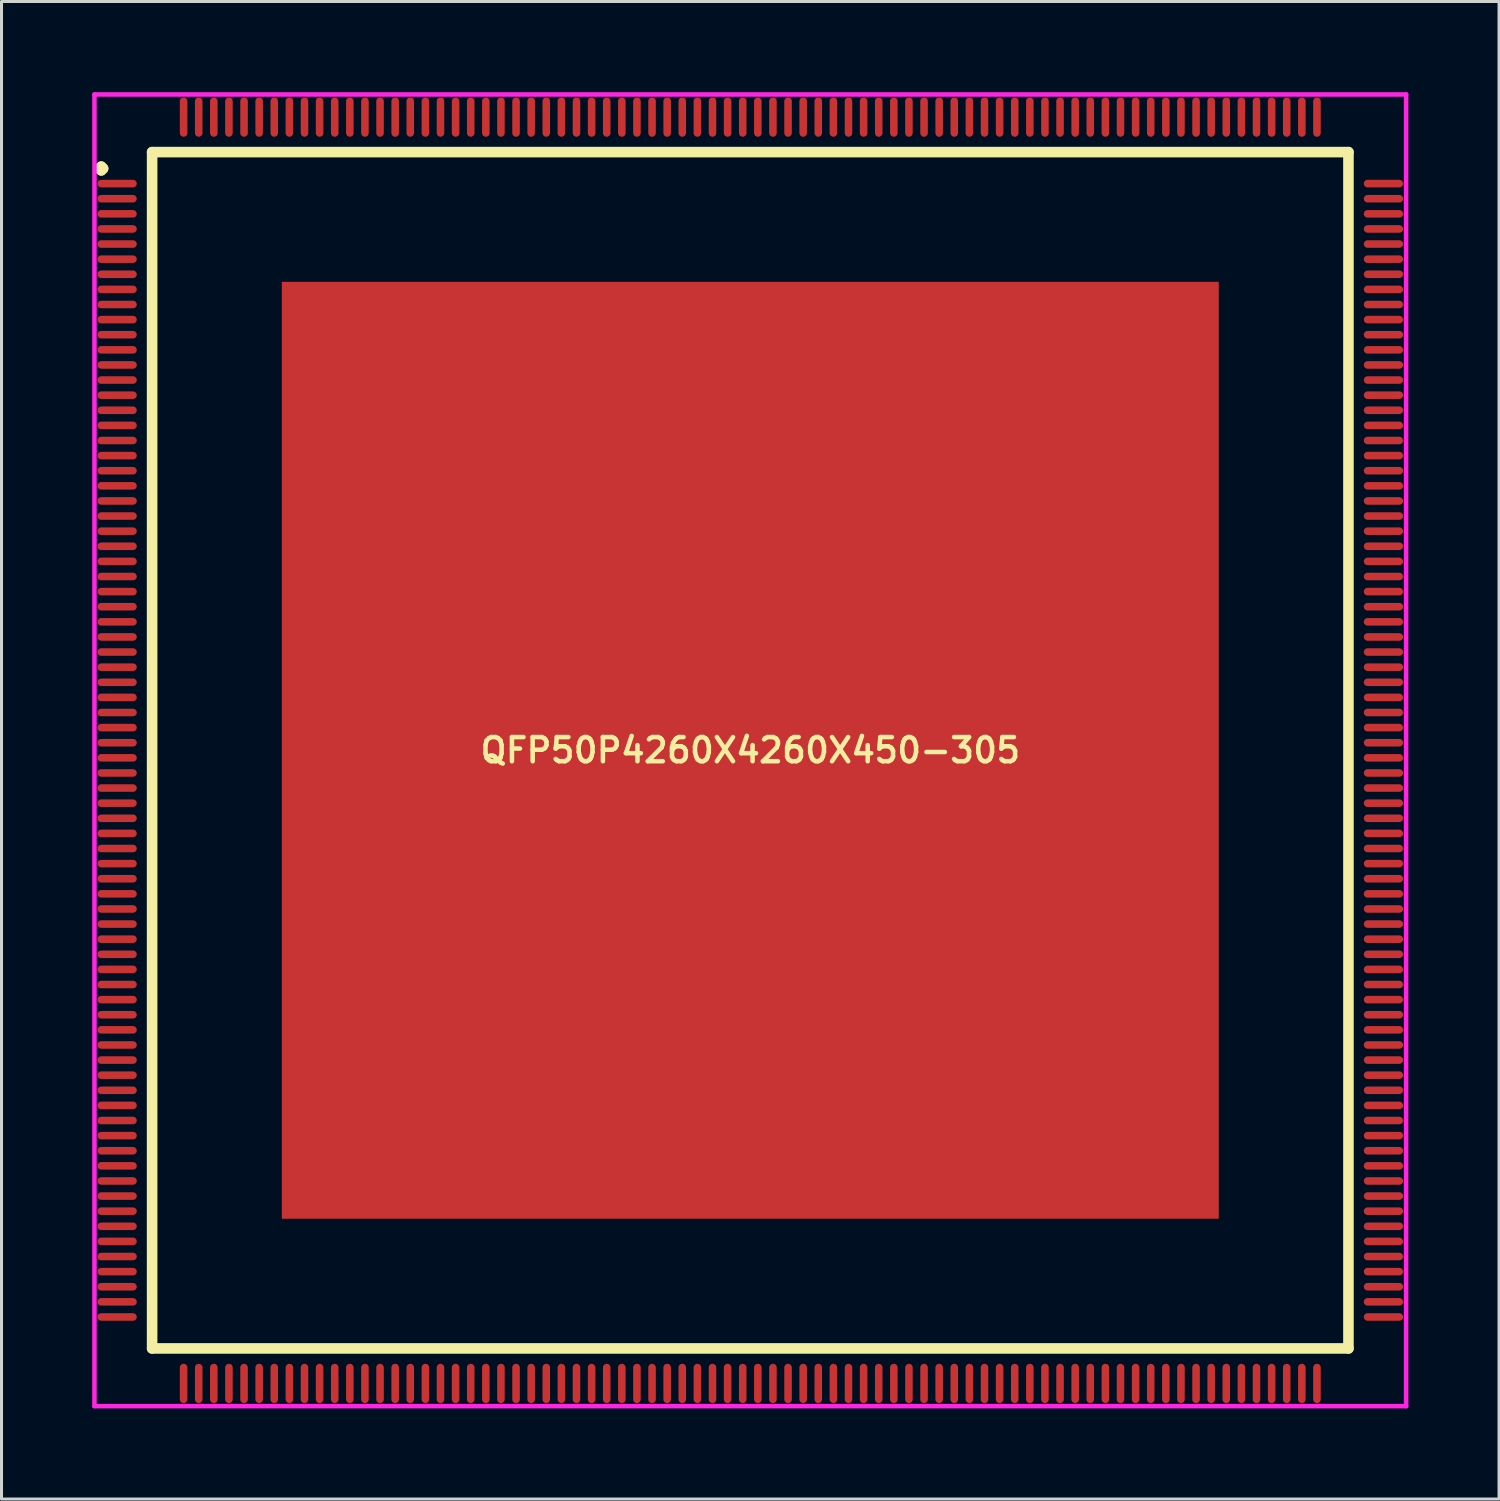
<source format=kicad_pcb>
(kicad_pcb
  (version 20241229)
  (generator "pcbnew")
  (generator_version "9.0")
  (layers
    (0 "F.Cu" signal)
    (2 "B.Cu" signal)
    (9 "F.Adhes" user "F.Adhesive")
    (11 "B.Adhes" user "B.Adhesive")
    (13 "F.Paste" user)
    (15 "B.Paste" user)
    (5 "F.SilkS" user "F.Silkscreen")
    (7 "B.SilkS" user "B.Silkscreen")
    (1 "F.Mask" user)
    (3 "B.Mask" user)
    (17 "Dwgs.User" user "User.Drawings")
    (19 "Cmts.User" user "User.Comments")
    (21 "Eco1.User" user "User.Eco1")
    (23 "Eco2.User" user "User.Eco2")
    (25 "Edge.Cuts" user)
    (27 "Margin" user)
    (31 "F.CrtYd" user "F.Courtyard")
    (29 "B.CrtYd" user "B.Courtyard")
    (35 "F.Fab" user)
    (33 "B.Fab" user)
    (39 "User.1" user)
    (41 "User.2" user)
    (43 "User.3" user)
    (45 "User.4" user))
  (footprint "QFP50P4260X4260X450-305"
    (layer "F.Cu")
    (at 21.775 21.775)
    (property "Reference" "QFP50P4260X4260X450-305" (at 0 0 0) (layer "F.SilkS") (effects (font (size 0.8 0.8) (thickness 0.15))))
    (attr smd)
    (fp_line (start -21.538 -19.25) (end -21.475 -19.312) (stroke (width 0.35) (type solid)) (layer "F.SilkS"))
    (fp_line (start -21.475 -19.312) (end -21.413 -19.25) (stroke (width 0.35) (type solid)) (layer "F.SilkS"))
    (fp_line (start -21.475 -19.188) (end -21.538 -19.25) (stroke (width 0.35) (type solid)) (layer "F.SilkS"))
    (fp_line (start -21.413 -19.25) (end -21.475 -19.188) (stroke (width 0.35) (type solid)) (layer "F.SilkS"))
    (fp_line (start -19.792 -19.792) (end -19.792 19.792) (stroke (width 0.35) (type solid)) (layer "F.SilkS"))
    (fp_line (start -19.792 19.792) (end 19.792 19.792) (stroke (width 0.35) (type solid)) (layer "F.SilkS"))
    (fp_line (start 19.792 -19.792) (end -19.792 -19.792) (stroke (width 0.35) (type solid)) (layer "F.SilkS"))
    (fp_line (start 19.792 19.792) (end 19.792 -19.792) (stroke (width 0.35) (type solid)) (layer "F.SilkS"))
    (fp_line (start -21.7 -21.7) (end 21.7 -21.7) (stroke (width 0.15) (type solid)) (layer "F.CrtYd"))
    (fp_line (start -21.7 21.7) (end -21.7 -21.7) (stroke (width 0.15) (type solid)) (layer "F.CrtYd"))
    (fp_line (start 21.7 -21.7) (end 21.7 21.7) (stroke (width 0.15) (type solid)) (layer "F.CrtYd"))
    (fp_line (start 21.7 21.7) (end -21.7 21.7) (stroke (width 0.15) (type solid)) (layer "F.CrtYd"))
    (pad "1" smd oval (at -20.95 -18.75) (size 1.3 0.25) (layers "F.Cu" "F.Mask" "F.Paste"))
    (pad "2" smd oval (at -20.95 -18.25) (size 1.3 0.25) (layers "F.Cu" "F.Mask" "F.Paste"))
    (pad "3" smd oval (at -20.95 -17.75) (size 1.3 0.25) (layers "F.Cu" "F.Mask" "F.Paste"))
    (pad "4" smd oval (at -20.95 -17.25) (size 1.3 0.25) (layers "F.Cu" "F.Mask" "F.Paste"))
    (pad "5" smd oval (at -20.95 -16.75) (size 1.3 0.25) (layers "F.Cu" "F.Mask" "F.Paste"))
    (pad "6" smd oval (at -20.95 -16.25) (size 1.3 0.25) (layers "F.Cu" "F.Mask" "F.Paste"))
    (pad "7" smd oval (at -20.95 -15.75) (size 1.3 0.25) (layers "F.Cu" "F.Mask" "F.Paste"))
    (pad "8" smd oval (at -20.95 -15.25) (size 1.3 0.25) (layers "F.Cu" "F.Mask" "F.Paste"))
    (pad "9" smd oval (at -20.95 -14.75) (size 1.3 0.25) (layers "F.Cu" "F.Mask" "F.Paste"))
    (pad "10" smd oval (at -20.95 -14.25) (size 1.3 0.25) (layers "F.Cu" "F.Mask" "F.Paste"))
    (pad "11" smd oval (at -20.95 -13.75) (size 1.3 0.25) (layers "F.Cu" "F.Mask" "F.Paste"))
    (pad "12" smd oval (at -20.95 -13.25) (size 1.3 0.25) (layers "F.Cu" "F.Mask" "F.Paste"))
    (pad "13" smd oval (at -20.95 -12.75) (size 1.3 0.25) (layers "F.Cu" "F.Mask" "F.Paste"))
    (pad "14" smd oval (at -20.95 -12.25) (size 1.3 0.25) (layers "F.Cu" "F.Mask" "F.Paste"))
    (pad "15" smd oval (at -20.95 -11.75) (size 1.3 0.25) (layers "F.Cu" "F.Mask" "F.Paste"))
    (pad "16" smd oval (at -20.95 -11.25) (size 1.3 0.25) (layers "F.Cu" "F.Mask" "F.Paste"))
    (pad "17" smd oval (at -20.95 -10.75) (size 1.3 0.25) (layers "F.Cu" "F.Mask" "F.Paste"))
    (pad "18" smd oval (at -20.95 -10.25) (size 1.3 0.25) (layers "F.Cu" "F.Mask" "F.Paste"))
    (pad "19" smd oval (at -20.95 -9.75) (size 1.3 0.25) (layers "F.Cu" "F.Mask" "F.Paste"))
    (pad "20" smd oval (at -20.95 -9.25) (size 1.3 0.25) (layers "F.Cu" "F.Mask" "F.Paste"))
    (pad "21" smd oval (at -20.95 -8.75) (size 1.3 0.25) (layers "F.Cu" "F.Mask" "F.Paste"))
    (pad "22" smd oval (at -20.95 -8.25) (size 1.3 0.25) (layers "F.Cu" "F.Mask" "F.Paste"))
    (pad "23" smd oval (at -20.95 -7.75) (size 1.3 0.25) (layers "F.Cu" "F.Mask" "F.Paste"))
    (pad "24" smd oval (at -20.95 -7.25) (size 1.3 0.25) (layers "F.Cu" "F.Mask" "F.Paste"))
    (pad "25" smd oval (at -20.95 -6.75) (size 1.3 0.25) (layers "F.Cu" "F.Mask" "F.Paste"))
    (pad "26" smd oval (at -20.95 -6.25) (size 1.3 0.25) (layers "F.Cu" "F.Mask" "F.Paste"))
    (pad "27" smd oval (at -20.95 -5.75) (size 1.3 0.25) (layers "F.Cu" "F.Mask" "F.Paste"))
    (pad "28" smd oval (at -20.95 -5.25) (size 1.3 0.25) (layers "F.Cu" "F.Mask" "F.Paste"))
    (pad "29" smd oval (at -20.95 -4.75) (size 1.3 0.25) (layers "F.Cu" "F.Mask" "F.Paste"))
    (pad "30" smd oval (at -20.95 -4.25) (size 1.3 0.25) (layers "F.Cu" "F.Mask" "F.Paste"))
    (pad "31" smd oval (at -20.95 -3.75) (size 1.3 0.25) (layers "F.Cu" "F.Mask" "F.Paste"))
    (pad "32" smd oval (at -20.95 -3.25) (size 1.3 0.25) (layers "F.Cu" "F.Mask" "F.Paste"))
    (pad "33" smd oval (at -20.95 -2.75) (size 1.3 0.25) (layers "F.Cu" "F.Mask" "F.Paste"))
    (pad "34" smd oval (at -20.95 -2.25) (size 1.3 0.25) (layers "F.Cu" "F.Mask" "F.Paste"))
    (pad "35" smd oval (at -20.95 -1.75) (size 1.3 0.25) (layers "F.Cu" "F.Mask" "F.Paste"))
    (pad "36" smd oval (at -20.95 -1.25) (size 1.3 0.25) (layers "F.Cu" "F.Mask" "F.Paste"))
    (pad "37" smd oval (at -20.95 -0.75) (size 1.3 0.25) (layers "F.Cu" "F.Mask" "F.Paste"))
    (pad "38" smd oval (at -20.95 -0.25) (size 1.3 0.25) (layers "F.Cu" "F.Mask" "F.Paste"))
    (pad "39" smd oval (at -20.95 0.25) (size 1.3 0.25) (layers "F.Cu" "F.Mask" "F.Paste"))
    (pad "40" smd oval (at -20.95 0.75) (size 1.3 0.25) (layers "F.Cu" "F.Mask" "F.Paste"))
    (pad "41" smd oval (at -20.95 1.25) (size 1.3 0.25) (layers "F.Cu" "F.Mask" "F.Paste"))
    (pad "42" smd oval (at -20.95 1.75) (size 1.3 0.25) (layers "F.Cu" "F.Mask" "F.Paste"))
    (pad "43" smd oval (at -20.95 2.25) (size 1.3 0.25) (layers "F.Cu" "F.Mask" "F.Paste"))
    (pad "44" smd oval (at -20.95 2.75) (size 1.3 0.25) (layers "F.Cu" "F.Mask" "F.Paste"))
    (pad "45" smd oval (at -20.95 3.25) (size 1.3 0.25) (layers "F.Cu" "F.Mask" "F.Paste"))
    (pad "46" smd oval (at -20.95 3.75) (size 1.3 0.25) (layers "F.Cu" "F.Mask" "F.Paste"))
    (pad "47" smd oval (at -20.95 4.25) (size 1.3 0.25) (layers "F.Cu" "F.Mask" "F.Paste"))
    (pad "48" smd oval (at -20.95 4.75) (size 1.3 0.25) (layers "F.Cu" "F.Mask" "F.Paste"))
    (pad "49" smd oval (at -20.95 5.25) (size 1.3 0.25) (layers "F.Cu" "F.Mask" "F.Paste"))
    (pad "50" smd oval (at -20.95 5.75) (size 1.3 0.25) (layers "F.Cu" "F.Mask" "F.Paste"))
    (pad "51" smd oval (at -20.95 6.25) (size 1.3 0.25) (layers "F.Cu" "F.Mask" "F.Paste"))
    (pad "52" smd oval (at -20.95 6.75) (size 1.3 0.25) (layers "F.Cu" "F.Mask" "F.Paste"))
    (pad "53" smd oval (at -20.95 7.25) (size 1.3 0.25) (layers "F.Cu" "F.Mask" "F.Paste"))
    (pad "54" smd oval (at -20.95 7.75) (size 1.3 0.25) (layers "F.Cu" "F.Mask" "F.Paste"))
    (pad "55" smd oval (at -20.95 8.25) (size 1.3 0.25) (layers "F.Cu" "F.Mask" "F.Paste"))
    (pad "56" smd oval (at -20.95 8.75) (size 1.3 0.25) (layers "F.Cu" "F.Mask" "F.Paste"))
    (pad "57" smd oval (at -20.95 9.25) (size 1.3 0.25) (layers "F.Cu" "F.Mask" "F.Paste"))
    (pad "58" smd oval (at -20.95 9.75) (size 1.3 0.25) (layers "F.Cu" "F.Mask" "F.Paste"))
    (pad "59" smd oval (at -20.95 10.25) (size 1.3 0.25) (layers "F.Cu" "F.Mask" "F.Paste"))
    (pad "60" smd oval (at -20.95 10.75) (size 1.3 0.25) (layers "F.Cu" "F.Mask" "F.Paste"))
    (pad "61" smd oval (at -20.95 11.25) (size 1.3 0.25) (layers "F.Cu" "F.Mask" "F.Paste"))
    (pad "62" smd oval (at -20.95 11.75) (size 1.3 0.25) (layers "F.Cu" "F.Mask" "F.Paste"))
    (pad "63" smd oval (at -20.95 12.25) (size 1.3 0.25) (layers "F.Cu" "F.Mask" "F.Paste"))
    (pad "64" smd oval (at -20.95 12.75) (size 1.3 0.25) (layers "F.Cu" "F.Mask" "F.Paste"))
    (pad "65" smd oval (at -20.95 13.25) (size 1.3 0.25) (layers "F.Cu" "F.Mask" "F.Paste"))
    (pad "66" smd oval (at -20.95 13.75) (size 1.3 0.25) (layers "F.Cu" "F.Mask" "F.Paste"))
    (pad "67" smd oval (at -20.95 14.25) (size 1.3 0.25) (layers "F.Cu" "F.Mask" "F.Paste"))
    (pad "68" smd oval (at -20.95 14.75) (size 1.3 0.25) (layers "F.Cu" "F.Mask" "F.Paste"))
    (pad "69" smd oval (at -20.95 15.25) (size 1.3 0.25) (layers "F.Cu" "F.Mask" "F.Paste"))
    (pad "70" smd oval (at -20.95 15.75) (size 1.3 0.25) (layers "F.Cu" "F.Mask" "F.Paste"))
    (pad "71" smd oval (at -20.95 16.25) (size 1.3 0.25) (layers "F.Cu" "F.Mask" "F.Paste"))
    (pad "72" smd oval (at -20.95 16.75) (size 1.3 0.25) (layers "F.Cu" "F.Mask" "F.Paste"))
    (pad "73" smd oval (at -20.95 17.25) (size 1.3 0.25) (layers "F.Cu" "F.Mask" "F.Paste"))
    (pad "74" smd oval (at -20.95 17.75) (size 1.3 0.25) (layers "F.Cu" "F.Mask" "F.Paste"))
    (pad "75" smd oval (at -20.95 18.25) (size 1.3 0.25) (layers "F.Cu" "F.Mask" "F.Paste"))
    (pad "76" smd oval (at -20.95 18.75) (size 1.3 0.25) (layers "F.Cu" "F.Mask" "F.Paste"))
    (pad "77" smd oval (at -18.75 20.95) (size 0.25 1.3) (layers "F.Cu" "F.Mask" "F.Paste"))
    (pad "78" smd oval (at -18.25 20.95) (size 0.25 1.3) (layers "F.Cu" "F.Mask" "F.Paste"))
    (pad "79" smd oval (at -17.75 20.95) (size 0.25 1.3) (layers "F.Cu" "F.Mask" "F.Paste"))
    (pad "80" smd oval (at -17.25 20.95) (size 0.25 1.3) (layers "F.Cu" "F.Mask" "F.Paste"))
    (pad "81" smd oval (at -16.75 20.95) (size 0.25 1.3) (layers "F.Cu" "F.Mask" "F.Paste"))
    (pad "82" smd oval (at -16.25 20.95) (size 0.25 1.3) (layers "F.Cu" "F.Mask" "F.Paste"))
    (pad "83" smd oval (at -15.75 20.95) (size 0.25 1.3) (layers "F.Cu" "F.Mask" "F.Paste"))
    (pad "84" smd oval (at -15.25 20.95) (size 0.25 1.3) (layers "F.Cu" "F.Mask" "F.Paste"))
    (pad "85" smd oval (at -14.75 20.95) (size 0.25 1.3) (layers "F.Cu" "F.Mask" "F.Paste"))
    (pad "86" smd oval (at -14.25 20.95) (size 0.25 1.3) (layers "F.Cu" "F.Mask" "F.Paste"))
    (pad "87" smd oval (at -13.75 20.95) (size 0.25 1.3) (layers "F.Cu" "F.Mask" "F.Paste"))
    (pad "88" smd oval (at -13.25 20.95) (size 0.25 1.3) (layers "F.Cu" "F.Mask" "F.Paste"))
    (pad "89" smd oval (at -12.75 20.95) (size 0.25 1.3) (layers "F.Cu" "F.Mask" "F.Paste"))
    (pad "90" smd oval (at -12.25 20.95) (size 0.25 1.3) (layers "F.Cu" "F.Mask" "F.Paste"))
    (pad "91" smd oval (at -11.75 20.95) (size 0.25 1.3) (layers "F.Cu" "F.Mask" "F.Paste"))
    (pad "92" smd oval (at -11.25 20.95) (size 0.25 1.3) (layers "F.Cu" "F.Mask" "F.Paste"))
    (pad "93" smd oval (at -10.75 20.95) (size 0.25 1.3) (layers "F.Cu" "F.Mask" "F.Paste"))
    (pad "94" smd oval (at -10.25 20.95) (size 0.25 1.3) (layers "F.Cu" "F.Mask" "F.Paste"))
    (pad "95" smd oval (at -9.75 20.95) (size 0.25 1.3) (layers "F.Cu" "F.Mask" "F.Paste"))
    (pad "96" smd oval (at -9.25 20.95) (size 0.25 1.3) (layers "F.Cu" "F.Mask" "F.Paste"))
    (pad "97" smd oval (at -8.75 20.95) (size 0.25 1.3) (layers "F.Cu" "F.Mask" "F.Paste"))
    (pad "98" smd oval (at -8.25 20.95) (size 0.25 1.3) (layers "F.Cu" "F.Mask" "F.Paste"))
    (pad "99" smd oval (at -7.75 20.95) (size 0.25 1.3) (layers "F.Cu" "F.Mask" "F.Paste"))
    (pad "100" smd oval (at -7.25 20.95) (size 0.25 1.3) (layers "F.Cu" "F.Mask" "F.Paste"))
    (pad "101" smd oval (at -6.75 20.95) (size 0.25 1.3) (layers "F.Cu" "F.Mask" "F.Paste"))
    (pad "102" smd oval (at -6.25 20.95) (size 0.25 1.3) (layers "F.Cu" "F.Mask" "F.Paste"))
    (pad "103" smd oval (at -5.75 20.95) (size 0.25 1.3) (layers "F.Cu" "F.Mask" "F.Paste"))
    (pad "104" smd oval (at -5.25 20.95) (size 0.25 1.3) (layers "F.Cu" "F.Mask" "F.Paste"))
    (pad "105" smd oval (at -4.75 20.95) (size 0.25 1.3) (layers "F.Cu" "F.Mask" "F.Paste"))
    (pad "106" smd oval (at -4.25 20.95) (size 0.25 1.3) (layers "F.Cu" "F.Mask" "F.Paste"))
    (pad "107" smd oval (at -3.75 20.95) (size 0.25 1.3) (layers "F.Cu" "F.Mask" "F.Paste"))
    (pad "108" smd oval (at -3.25 20.95) (size 0.25 1.3) (layers "F.Cu" "F.Mask" "F.Paste"))
    (pad "109" smd oval (at -2.75 20.95) (size 0.25 1.3) (layers "F.Cu" "F.Mask" "F.Paste"))
    (pad "110" smd oval (at -2.25 20.95) (size 0.25 1.3) (layers "F.Cu" "F.Mask" "F.Paste"))
    (pad "111" smd oval (at -1.75 20.95) (size 0.25 1.3) (layers "F.Cu" "F.Mask" "F.Paste"))
    (pad "112" smd oval (at -1.25 20.95) (size 0.25 1.3) (layers "F.Cu" "F.Mask" "F.Paste"))
    (pad "113" smd oval (at -0.75 20.95) (size 0.25 1.3) (layers "F.Cu" "F.Mask" "F.Paste"))
    (pad "114" smd oval (at -0.25 20.95) (size 0.25 1.3) (layers "F.Cu" "F.Mask" "F.Paste"))
    (pad "115" smd oval (at 0.25 20.95) (size 0.25 1.3) (layers "F.Cu" "F.Mask" "F.Paste"))
    (pad "116" smd oval (at 0.75 20.95) (size 0.25 1.3) (layers "F.Cu" "F.Mask" "F.Paste"))
    (pad "117" smd oval (at 1.25 20.95) (size 0.25 1.3) (layers "F.Cu" "F.Mask" "F.Paste"))
    (pad "118" smd oval (at 1.75 20.95) (size 0.25 1.3) (layers "F.Cu" "F.Mask" "F.Paste"))
    (pad "119" smd oval (at 2.25 20.95) (size 0.25 1.3) (layers "F.Cu" "F.Mask" "F.Paste"))
    (pad "120" smd oval (at 2.75 20.95) (size 0.25 1.3) (layers "F.Cu" "F.Mask" "F.Paste"))
    (pad "121" smd oval (at 3.25 20.95) (size 0.25 1.3) (layers "F.Cu" "F.Mask" "F.Paste"))
    (pad "122" smd oval (at 3.75 20.95) (size 0.25 1.3) (layers "F.Cu" "F.Mask" "F.Paste"))
    (pad "123" smd oval (at 4.25 20.95) (size 0.25 1.3) (layers "F.Cu" "F.Mask" "F.Paste"))
    (pad "124" smd oval (at 4.75 20.95) (size 0.25 1.3) (layers "F.Cu" "F.Mask" "F.Paste"))
    (pad "125" smd oval (at 5.25 20.95) (size 0.25 1.3) (layers "F.Cu" "F.Mask" "F.Paste"))
    (pad "126" smd oval (at 5.75 20.95) (size 0.25 1.3) (layers "F.Cu" "F.Mask" "F.Paste"))
    (pad "127" smd oval (at 6.25 20.95) (size 0.25 1.3) (layers "F.Cu" "F.Mask" "F.Paste"))
    (pad "128" smd oval (at 6.75 20.95) (size 0.25 1.3) (layers "F.Cu" "F.Mask" "F.Paste"))
    (pad "129" smd oval (at 7.25 20.95) (size 0.25 1.3) (layers "F.Cu" "F.Mask" "F.Paste"))
    (pad "130" smd oval (at 7.75 20.95) (size 0.25 1.3) (layers "F.Cu" "F.Mask" "F.Paste"))
    (pad "131" smd oval (at 8.25 20.95) (size 0.25 1.3) (layers "F.Cu" "F.Mask" "F.Paste"))
    (pad "132" smd oval (at 8.75 20.95) (size 0.25 1.3) (layers "F.Cu" "F.Mask" "F.Paste"))
    (pad "133" smd oval (at 9.25 20.95) (size 0.25 1.3) (layers "F.Cu" "F.Mask" "F.Paste"))
    (pad "134" smd oval (at 9.75 20.95) (size 0.25 1.3) (layers "F.Cu" "F.Mask" "F.Paste"))
    (pad "135" smd oval (at 10.25 20.95) (size 0.25 1.3) (layers "F.Cu" "F.Mask" "F.Paste"))
    (pad "136" smd oval (at 10.75 20.95) (size 0.25 1.3) (layers "F.Cu" "F.Mask" "F.Paste"))
    (pad "137" smd oval (at 11.25 20.95) (size 0.25 1.3) (layers "F.Cu" "F.Mask" "F.Paste"))
    (pad "138" smd oval (at 11.75 20.95) (size 0.25 1.3) (layers "F.Cu" "F.Mask" "F.Paste"))
    (pad "139" smd oval (at 12.25 20.95) (size 0.25 1.3) (layers "F.Cu" "F.Mask" "F.Paste"))
    (pad "140" smd oval (at 12.75 20.95) (size 0.25 1.3) (layers "F.Cu" "F.Mask" "F.Paste"))
    (pad "141" smd oval (at 13.25 20.95) (size 0.25 1.3) (layers "F.Cu" "F.Mask" "F.Paste"))
    (pad "142" smd oval (at 13.75 20.95) (size 0.25 1.3) (layers "F.Cu" "F.Mask" "F.Paste"))
    (pad "143" smd oval (at 14.25 20.95) (size 0.25 1.3) (layers "F.Cu" "F.Mask" "F.Paste"))
    (pad "144" smd oval (at 14.75 20.95) (size 0.25 1.3) (layers "F.Cu" "F.Mask" "F.Paste"))
    (pad "145" smd oval (at 15.25 20.95) (size 0.25 1.3) (layers "F.Cu" "F.Mask" "F.Paste"))
    (pad "146" smd oval (at 15.75 20.95) (size 0.25 1.3) (layers "F.Cu" "F.Mask" "F.Paste"))
    (pad "147" smd oval (at 16.25 20.95) (size 0.25 1.3) (layers "F.Cu" "F.Mask" "F.Paste"))
    (pad "148" smd oval (at 16.75 20.95) (size 0.25 1.3) (layers "F.Cu" "F.Mask" "F.Paste"))
    (pad "149" smd oval (at 17.25 20.95) (size 0.25 1.3) (layers "F.Cu" "F.Mask" "F.Paste"))
    (pad "150" smd oval (at 17.75 20.95) (size 0.25 1.3) (layers "F.Cu" "F.Mask" "F.Paste"))
    (pad "151" smd oval (at 18.25 20.95) (size 0.25 1.3) (layers "F.Cu" "F.Mask" "F.Paste"))
    (pad "152" smd oval (at 18.75 20.95) (size 0.25 1.3) (layers "F.Cu" "F.Mask" "F.Paste"))
    (pad "153" smd oval (at 20.95 18.75) (size 1.3 0.25) (layers "F.Cu" "F.Mask" "F.Paste"))
    (pad "154" smd oval (at 20.95 18.25) (size 1.3 0.25) (layers "F.Cu" "F.Mask" "F.Paste"))
    (pad "155" smd oval (at 20.95 17.75) (size 1.3 0.25) (layers "F.Cu" "F.Mask" "F.Paste"))
    (pad "156" smd oval (at 20.95 17.25) (size 1.3 0.25) (layers "F.Cu" "F.Mask" "F.Paste"))
    (pad "157" smd oval (at 20.95 16.75) (size 1.3 0.25) (layers "F.Cu" "F.Mask" "F.Paste"))
    (pad "158" smd oval (at 20.95 16.25) (size 1.3 0.25) (layers "F.Cu" "F.Mask" "F.Paste"))
    (pad "159" smd oval (at 20.95 15.75) (size 1.3 0.25) (layers "F.Cu" "F.Mask" "F.Paste"))
    (pad "160" smd oval (at 20.95 15.25) (size 1.3 0.25) (layers "F.Cu" "F.Mask" "F.Paste"))
    (pad "161" smd oval (at 20.95 14.75) (size 1.3 0.25) (layers "F.Cu" "F.Mask" "F.Paste"))
    (pad "162" smd oval (at 20.95 14.25) (size 1.3 0.25) (layers "F.Cu" "F.Mask" "F.Paste"))
    (pad "163" smd oval (at 20.95 13.75) (size 1.3 0.25) (layers "F.Cu" "F.Mask" "F.Paste"))
    (pad "164" smd oval (at 20.95 13.25) (size 1.3 0.25) (layers "F.Cu" "F.Mask" "F.Paste"))
    (pad "165" smd oval (at 20.95 12.75) (size 1.3 0.25) (layers "F.Cu" "F.Mask" "F.Paste"))
    (pad "166" smd oval (at 20.95 12.25) (size 1.3 0.25) (layers "F.Cu" "F.Mask" "F.Paste"))
    (pad "167" smd oval (at 20.95 11.75) (size 1.3 0.25) (layers "F.Cu" "F.Mask" "F.Paste"))
    (pad "168" smd oval (at 20.95 11.25) (size 1.3 0.25) (layers "F.Cu" "F.Mask" "F.Paste"))
    (pad "169" smd oval (at 20.95 10.75) (size 1.3 0.25) (layers "F.Cu" "F.Mask" "F.Paste"))
    (pad "170" smd oval (at 20.95 10.25) (size 1.3 0.25) (layers "F.Cu" "F.Mask" "F.Paste"))
    (pad "171" smd oval (at 20.95 9.75) (size 1.3 0.25) (layers "F.Cu" "F.Mask" "F.Paste"))
    (pad "172" smd oval (at 20.95 9.25) (size 1.3 0.25) (layers "F.Cu" "F.Mask" "F.Paste"))
    (pad "173" smd oval (at 20.95 8.75) (size 1.3 0.25) (layers "F.Cu" "F.Mask" "F.Paste"))
    (pad "174" smd oval (at 20.95 8.25) (size 1.3 0.25) (layers "F.Cu" "F.Mask" "F.Paste"))
    (pad "175" smd oval (at 20.95 7.75) (size 1.3 0.25) (layers "F.Cu" "F.Mask" "F.Paste"))
    (pad "176" smd oval (at 20.95 7.25) (size 1.3 0.25) (layers "F.Cu" "F.Mask" "F.Paste"))
    (pad "177" smd oval (at 20.95 6.75) (size 1.3 0.25) (layers "F.Cu" "F.Mask" "F.Paste"))
    (pad "178" smd oval (at 20.95 6.25) (size 1.3 0.25) (layers "F.Cu" "F.Mask" "F.Paste"))
    (pad "179" smd oval (at 20.95 5.75) (size 1.3 0.25) (layers "F.Cu" "F.Mask" "F.Paste"))
    (pad "180" smd oval (at 20.95 5.25) (size 1.3 0.25) (layers "F.Cu" "F.Mask" "F.Paste"))
    (pad "181" smd oval (at 20.95 4.75) (size 1.3 0.25) (layers "F.Cu" "F.Mask" "F.Paste"))
    (pad "182" smd oval (at 20.95 4.25) (size 1.3 0.25) (layers "F.Cu" "F.Mask" "F.Paste"))
    (pad "183" smd oval (at 20.95 3.75) (size 1.3 0.25) (layers "F.Cu" "F.Mask" "F.Paste"))
    (pad "184" smd oval (at 20.95 3.25) (size 1.3 0.25) (layers "F.Cu" "F.Mask" "F.Paste"))
    (pad "185" smd oval (at 20.95 2.75) (size 1.3 0.25) (layers "F.Cu" "F.Mask" "F.Paste"))
    (pad "186" smd oval (at 20.95 2.25) (size 1.3 0.25) (layers "F.Cu" "F.Mask" "F.Paste"))
    (pad "187" smd oval (at 20.95 1.75) (size 1.3 0.25) (layers "F.Cu" "F.Mask" "F.Paste"))
    (pad "188" smd oval (at 20.95 1.25) (size 1.3 0.25) (layers "F.Cu" "F.Mask" "F.Paste"))
    (pad "189" smd oval (at 20.95 0.75) (size 1.3 0.25) (layers "F.Cu" "F.Mask" "F.Paste"))
    (pad "190" smd oval (at 20.95 0.25) (size 1.3 0.25) (layers "F.Cu" "F.Mask" "F.Paste"))
    (pad "191" smd oval (at 20.95 -0.25) (size 1.3 0.25) (layers "F.Cu" "F.Mask" "F.Paste"))
    (pad "192" smd oval (at 20.95 -0.75) (size 1.3 0.25) (layers "F.Cu" "F.Mask" "F.Paste"))
    (pad "193" smd oval (at 20.95 -1.25) (size 1.3 0.25) (layers "F.Cu" "F.Mask" "F.Paste"))
    (pad "194" smd oval (at 20.95 -1.75) (size 1.3 0.25) (layers "F.Cu" "F.Mask" "F.Paste"))
    (pad "195" smd oval (at 20.95 -2.25) (size 1.3 0.25) (layers "F.Cu" "F.Mask" "F.Paste"))
    (pad "196" smd oval (at 20.95 -2.75) (size 1.3 0.25) (layers "F.Cu" "F.Mask" "F.Paste"))
    (pad "197" smd oval (at 20.95 -3.25) (size 1.3 0.25) (layers "F.Cu" "F.Mask" "F.Paste"))
    (pad "198" smd oval (at 20.95 -3.75) (size 1.3 0.25) (layers "F.Cu" "F.Mask" "F.Paste"))
    (pad "199" smd oval (at 20.95 -4.25) (size 1.3 0.25) (layers "F.Cu" "F.Mask" "F.Paste"))
    (pad "200" smd oval (at 20.95 -4.75) (size 1.3 0.25) (layers "F.Cu" "F.Mask" "F.Paste"))
    (pad "201" smd oval (at 20.95 -5.25) (size 1.3 0.25) (layers "F.Cu" "F.Mask" "F.Paste"))
    (pad "202" smd oval (at 20.95 -5.75) (size 1.3 0.25) (layers "F.Cu" "F.Mask" "F.Paste"))
    (pad "203" smd oval (at 20.95 -6.25) (size 1.3 0.25) (layers "F.Cu" "F.Mask" "F.Paste"))
    (pad "204" smd oval (at 20.95 -6.75) (size 1.3 0.25) (layers "F.Cu" "F.Mask" "F.Paste"))
    (pad "205" smd oval (at 20.95 -7.25) (size 1.3 0.25) (layers "F.Cu" "F.Mask" "F.Paste"))
    (pad "206" smd oval (at 20.95 -7.75) (size 1.3 0.25) (layers "F.Cu" "F.Mask" "F.Paste"))
    (pad "207" smd oval (at 20.95 -8.25) (size 1.3 0.25) (layers "F.Cu" "F.Mask" "F.Paste"))
    (pad "208" smd oval (at 20.95 -8.75) (size 1.3 0.25) (layers "F.Cu" "F.Mask" "F.Paste"))
    (pad "209" smd oval (at 20.95 -9.25) (size 1.3 0.25) (layers "F.Cu" "F.Mask" "F.Paste"))
    (pad "210" smd oval (at 20.95 -9.75) (size 1.3 0.25) (layers "F.Cu" "F.Mask" "F.Paste"))
    (pad "211" smd oval (at 20.95 -10.25) (size 1.3 0.25) (layers "F.Cu" "F.Mask" "F.Paste"))
    (pad "212" smd oval (at 20.95 -10.75) (size 1.3 0.25) (layers "F.Cu" "F.Mask" "F.Paste"))
    (pad "213" smd oval (at 20.95 -11.25) (size 1.3 0.25) (layers "F.Cu" "F.Mask" "F.Paste"))
    (pad "214" smd oval (at 20.95 -11.75) (size 1.3 0.25) (layers "F.Cu" "F.Mask" "F.Paste"))
    (pad "215" smd oval (at 20.95 -12.25) (size 1.3 0.25) (layers "F.Cu" "F.Mask" "F.Paste"))
    (pad "216" smd oval (at 20.95 -12.75) (size 1.3 0.25) (layers "F.Cu" "F.Mask" "F.Paste"))
    (pad "217" smd oval (at 20.95 -13.25) (size 1.3 0.25) (layers "F.Cu" "F.Mask" "F.Paste"))
    (pad "218" smd oval (at 20.95 -13.75) (size 1.3 0.25) (layers "F.Cu" "F.Mask" "F.Paste"))
    (pad "219" smd oval (at 20.95 -14.25) (size 1.3 0.25) (layers "F.Cu" "F.Mask" "F.Paste"))
    (pad "220" smd oval (at 20.95 -14.75) (size 1.3 0.25) (layers "F.Cu" "F.Mask" "F.Paste"))
    (pad "221" smd oval (at 20.95 -15.25) (size 1.3 0.25) (layers "F.Cu" "F.Mask" "F.Paste"))
    (pad "222" smd oval (at 20.95 -15.75) (size 1.3 0.25) (layers "F.Cu" "F.Mask" "F.Paste"))
    (pad "223" smd oval (at 20.95 -16.25) (size 1.3 0.25) (layers "F.Cu" "F.Mask" "F.Paste"))
    (pad "224" smd oval (at 20.95 -16.75) (size 1.3 0.25) (layers "F.Cu" "F.Mask" "F.Paste"))
    (pad "225" smd oval (at 20.95 -17.25) (size 1.3 0.25) (layers "F.Cu" "F.Mask" "F.Paste"))
    (pad "226" smd oval (at 20.95 -17.75) (size 1.3 0.25) (layers "F.Cu" "F.Mask" "F.Paste"))
    (pad "227" smd oval (at 20.95 -18.25) (size 1.3 0.25) (layers "F.Cu" "F.Mask" "F.Paste"))
    (pad "228" smd oval (at 20.95 -18.75) (size 1.3 0.25) (layers "F.Cu" "F.Mask" "F.Paste"))
    (pad "229" smd oval (at 18.75 -20.95) (size 0.25 1.3) (layers "F.Cu" "F.Mask" "F.Paste"))
    (pad "230" smd oval (at 18.25 -20.95) (size 0.25 1.3) (layers "F.Cu" "F.Mask" "F.Paste"))
    (pad "231" smd oval (at 17.75 -20.95) (size 0.25 1.3) (layers "F.Cu" "F.Mask" "F.Paste"))
    (pad "232" smd oval (at 17.25 -20.95) (size 0.25 1.3) (layers "F.Cu" "F.Mask" "F.Paste"))
    (pad "233" smd oval (at 16.75 -20.95) (size 0.25 1.3) (layers "F.Cu" "F.Mask" "F.Paste"))
    (pad "234" smd oval (at 16.25 -20.95) (size 0.25 1.3) (layers "F.Cu" "F.Mask" "F.Paste"))
    (pad "235" smd oval (at 15.75 -20.95) (size 0.25 1.3) (layers "F.Cu" "F.Mask" "F.Paste"))
    (pad "236" smd oval (at 15.25 -20.95) (size 0.25 1.3) (layers "F.Cu" "F.Mask" "F.Paste"))
    (pad "237" smd oval (at 14.75 -20.95) (size 0.25 1.3) (layers "F.Cu" "F.Mask" "F.Paste"))
    (pad "238" smd oval (at 14.25 -20.95) (size 0.25 1.3) (layers "F.Cu" "F.Mask" "F.Paste"))
    (pad "239" smd oval (at 13.75 -20.95) (size 0.25 1.3) (layers "F.Cu" "F.Mask" "F.Paste"))
    (pad "240" smd oval (at 13.25 -20.95) (size 0.25 1.3) (layers "F.Cu" "F.Mask" "F.Paste"))
    (pad "241" smd oval (at 12.75 -20.95) (size 0.25 1.3) (layers "F.Cu" "F.Mask" "F.Paste"))
    (pad "242" smd oval (at 12.25 -20.95) (size 0.25 1.3) (layers "F.Cu" "F.Mask" "F.Paste"))
    (pad "243" smd oval (at 11.75 -20.95) (size 0.25 1.3) (layers "F.Cu" "F.Mask" "F.Paste"))
    (pad "244" smd oval (at 11.25 -20.95) (size 0.25 1.3) (layers "F.Cu" "F.Mask" "F.Paste"))
    (pad "245" smd oval (at 10.75 -20.95) (size 0.25 1.3) (layers "F.Cu" "F.Mask" "F.Paste"))
    (pad "246" smd oval (at 10.25 -20.95) (size 0.25 1.3) (layers "F.Cu" "F.Mask" "F.Paste"))
    (pad "247" smd oval (at 9.75 -20.95) (size 0.25 1.3) (layers "F.Cu" "F.Mask" "F.Paste"))
    (pad "248" smd oval (at 9.25 -20.95) (size 0.25 1.3) (layers "F.Cu" "F.Mask" "F.Paste"))
    (pad "249" smd oval (at 8.75 -20.95) (size 0.25 1.3) (layers "F.Cu" "F.Mask" "F.Paste"))
    (pad "250" smd oval (at 8.25 -20.95) (size 0.25 1.3) (layers "F.Cu" "F.Mask" "F.Paste"))
    (pad "251" smd oval (at 7.75 -20.95) (size 0.25 1.3) (layers "F.Cu" "F.Mask" "F.Paste"))
    (pad "252" smd oval (at 7.25 -20.95) (size 0.25 1.3) (layers "F.Cu" "F.Mask" "F.Paste"))
    (pad "253" smd oval (at 6.75 -20.95) (size 0.25 1.3) (layers "F.Cu" "F.Mask" "F.Paste"))
    (pad "254" smd oval (at 6.25 -20.95) (size 0.25 1.3) (layers "F.Cu" "F.Mask" "F.Paste"))
    (pad "255" smd oval (at 5.75 -20.95) (size 0.25 1.3) (layers "F.Cu" "F.Mask" "F.Paste"))
    (pad "256" smd oval (at 5.25 -20.95) (size 0.25 1.3) (layers "F.Cu" "F.Mask" "F.Paste"))
    (pad "257" smd oval (at 4.75 -20.95) (size 0.25 1.3) (layers "F.Cu" "F.Mask" "F.Paste"))
    (pad "258" smd oval (at 4.25 -20.95) (size 0.25 1.3) (layers "F.Cu" "F.Mask" "F.Paste"))
    (pad "259" smd oval (at 3.75 -20.95) (size 0.25 1.3) (layers "F.Cu" "F.Mask" "F.Paste"))
    (pad "260" smd oval (at 3.25 -20.95) (size 0.25 1.3) (layers "F.Cu" "F.Mask" "F.Paste"))
    (pad "261" smd oval (at 2.75 -20.95) (size 0.25 1.3) (layers "F.Cu" "F.Mask" "F.Paste"))
    (pad "262" smd oval (at 2.25 -20.95) (size 0.25 1.3) (layers "F.Cu" "F.Mask" "F.Paste"))
    (pad "263" smd oval (at 1.75 -20.95) (size 0.25 1.3) (layers "F.Cu" "F.Mask" "F.Paste"))
    (pad "264" smd oval (at 1.25 -20.95) (size 0.25 1.3) (layers "F.Cu" "F.Mask" "F.Paste"))
    (pad "265" smd oval (at 0.75 -20.95) (size 0.25 1.3) (layers "F.Cu" "F.Mask" "F.Paste"))
    (pad "266" smd oval (at 0.25 -20.95) (size 0.25 1.3) (layers "F.Cu" "F.Mask" "F.Paste"))
    (pad "267" smd oval (at -0.25 -20.95) (size 0.25 1.3) (layers "F.Cu" "F.Mask" "F.Paste"))
    (pad "268" smd oval (at -0.75 -20.95) (size 0.25 1.3) (layers "F.Cu" "F.Mask" "F.Paste"))
    (pad "269" smd oval (at -1.25 -20.95) (size 0.25 1.3) (layers "F.Cu" "F.Mask" "F.Paste"))
    (pad "270" smd oval (at -1.75 -20.95) (size 0.25 1.3) (layers "F.Cu" "F.Mask" "F.Paste"))
    (pad "271" smd oval (at -2.25 -20.95) (size 0.25 1.3) (layers "F.Cu" "F.Mask" "F.Paste"))
    (pad "272" smd oval (at -2.75 -20.95) (size 0.25 1.3) (layers "F.Cu" "F.Mask" "F.Paste"))
    (pad "273" smd oval (at -3.25 -20.95) (size 0.25 1.3) (layers "F.Cu" "F.Mask" "F.Paste"))
    (pad "274" smd oval (at -3.75 -20.95) (size 0.25 1.3) (layers "F.Cu" "F.Mask" "F.Paste"))
    (pad "275" smd oval (at -4.25 -20.95) (size 0.25 1.3) (layers "F.Cu" "F.Mask" "F.Paste"))
    (pad "276" smd oval (at -4.75 -20.95) (size 0.25 1.3) (layers "F.Cu" "F.Mask" "F.Paste"))
    (pad "277" smd oval (at -5.25 -20.95) (size 0.25 1.3) (layers "F.Cu" "F.Mask" "F.Paste"))
    (pad "278" smd oval (at -5.75 -20.95) (size 0.25 1.3) (layers "F.Cu" "F.Mask" "F.Paste"))
    (pad "279" smd oval (at -6.25 -20.95) (size 0.25 1.3) (layers "F.Cu" "F.Mask" "F.Paste"))
    (pad "280" smd oval (at -6.75 -20.95) (size 0.25 1.3) (layers "F.Cu" "F.Mask" "F.Paste"))
    (pad "281" smd oval (at -7.25 -20.95) (size 0.25 1.3) (layers "F.Cu" "F.Mask" "F.Paste"))
    (pad "282" smd oval (at -7.75 -20.95) (size 0.25 1.3) (layers "F.Cu" "F.Mask" "F.Paste"))
    (pad "283" smd oval (at -8.25 -20.95) (size 0.25 1.3) (layers "F.Cu" "F.Mask" "F.Paste"))
    (pad "284" smd oval (at -8.75 -20.95) (size 0.25 1.3) (layers "F.Cu" "F.Mask" "F.Paste"))
    (pad "285" smd oval (at -9.25 -20.95) (size 0.25 1.3) (layers "F.Cu" "F.Mask" "F.Paste"))
    (pad "286" smd oval (at -9.75 -20.95) (size 0.25 1.3) (layers "F.Cu" "F.Mask" "F.Paste"))
    (pad "287" smd oval (at -10.25 -20.95) (size 0.25 1.3) (layers "F.Cu" "F.Mask" "F.Paste"))
    (pad "288" smd oval (at -10.75 -20.95) (size 0.25 1.3) (layers "F.Cu" "F.Mask" "F.Paste"))
    (pad "289" smd oval (at -11.25 -20.95) (size 0.25 1.3) (layers "F.Cu" "F.Mask" "F.Paste"))
    (pad "290" smd oval (at -11.75 -20.95) (size 0.25 1.3) (layers "F.Cu" "F.Mask" "F.Paste"))
    (pad "291" smd oval (at -12.25 -20.95) (size 0.25 1.3) (layers "F.Cu" "F.Mask" "F.Paste"))
    (pad "292" smd oval (at -12.75 -20.95) (size 0.25 1.3) (layers "F.Cu" "F.Mask" "F.Paste"))
    (pad "293" smd oval (at -13.25 -20.95) (size 0.25 1.3) (layers "F.Cu" "F.Mask" "F.Paste"))
    (pad "294" smd oval (at -13.75 -20.95) (size 0.25 1.3) (layers "F.Cu" "F.Mask" "F.Paste"))
    (pad "295" smd oval (at -14.25 -20.95) (size 0.25 1.3) (layers "F.Cu" "F.Mask" "F.Paste"))
    (pad "296" smd oval (at -14.75 -20.95) (size 0.25 1.3) (layers "F.Cu" "F.Mask" "F.Paste"))
    (pad "297" smd oval (at -15.25 -20.95) (size 0.25 1.3) (layers "F.Cu" "F.Mask" "F.Paste"))
    (pad "298" smd oval (at -15.75 -20.95) (size 0.25 1.3) (layers "F.Cu" "F.Mask" "F.Paste"))
    (pad "299" smd oval (at -16.25 -20.95) (size 0.25 1.3) (layers "F.Cu" "F.Mask" "F.Paste"))
    (pad "300" smd oval (at -16.75 -20.95) (size 0.25 1.3) (layers "F.Cu" "F.Mask" "F.Paste"))
    (pad "301" smd oval (at -17.25 -20.95) (size 0.25 1.3) (layers "F.Cu" "F.Mask" "F.Paste"))
    (pad "302" smd oval (at -17.75 -20.95) (size 0.25 1.3) (layers "F.Cu" "F.Mask" "F.Paste"))
    (pad "303" smd oval (at -18.25 -20.95) (size 0.25 1.3) (layers "F.Cu" "F.Mask" "F.Paste"))
    (pad "304" smd oval (at -18.75 -20.95) (size 0.25 1.3) (layers "F.Cu" "F.Mask" "F.Paste"))
    (pad "305" smd rect (at 0 0) (size 31 31) (layers "F.Cu" "F.Mask" "F.Paste")))
  (gr_rect
    (start -3 -3)
    (end 46.55 46.55)
    (stroke (width 0.1) (type default))
    (fill no)
    (layer "Edge.Cuts")))
</source>
